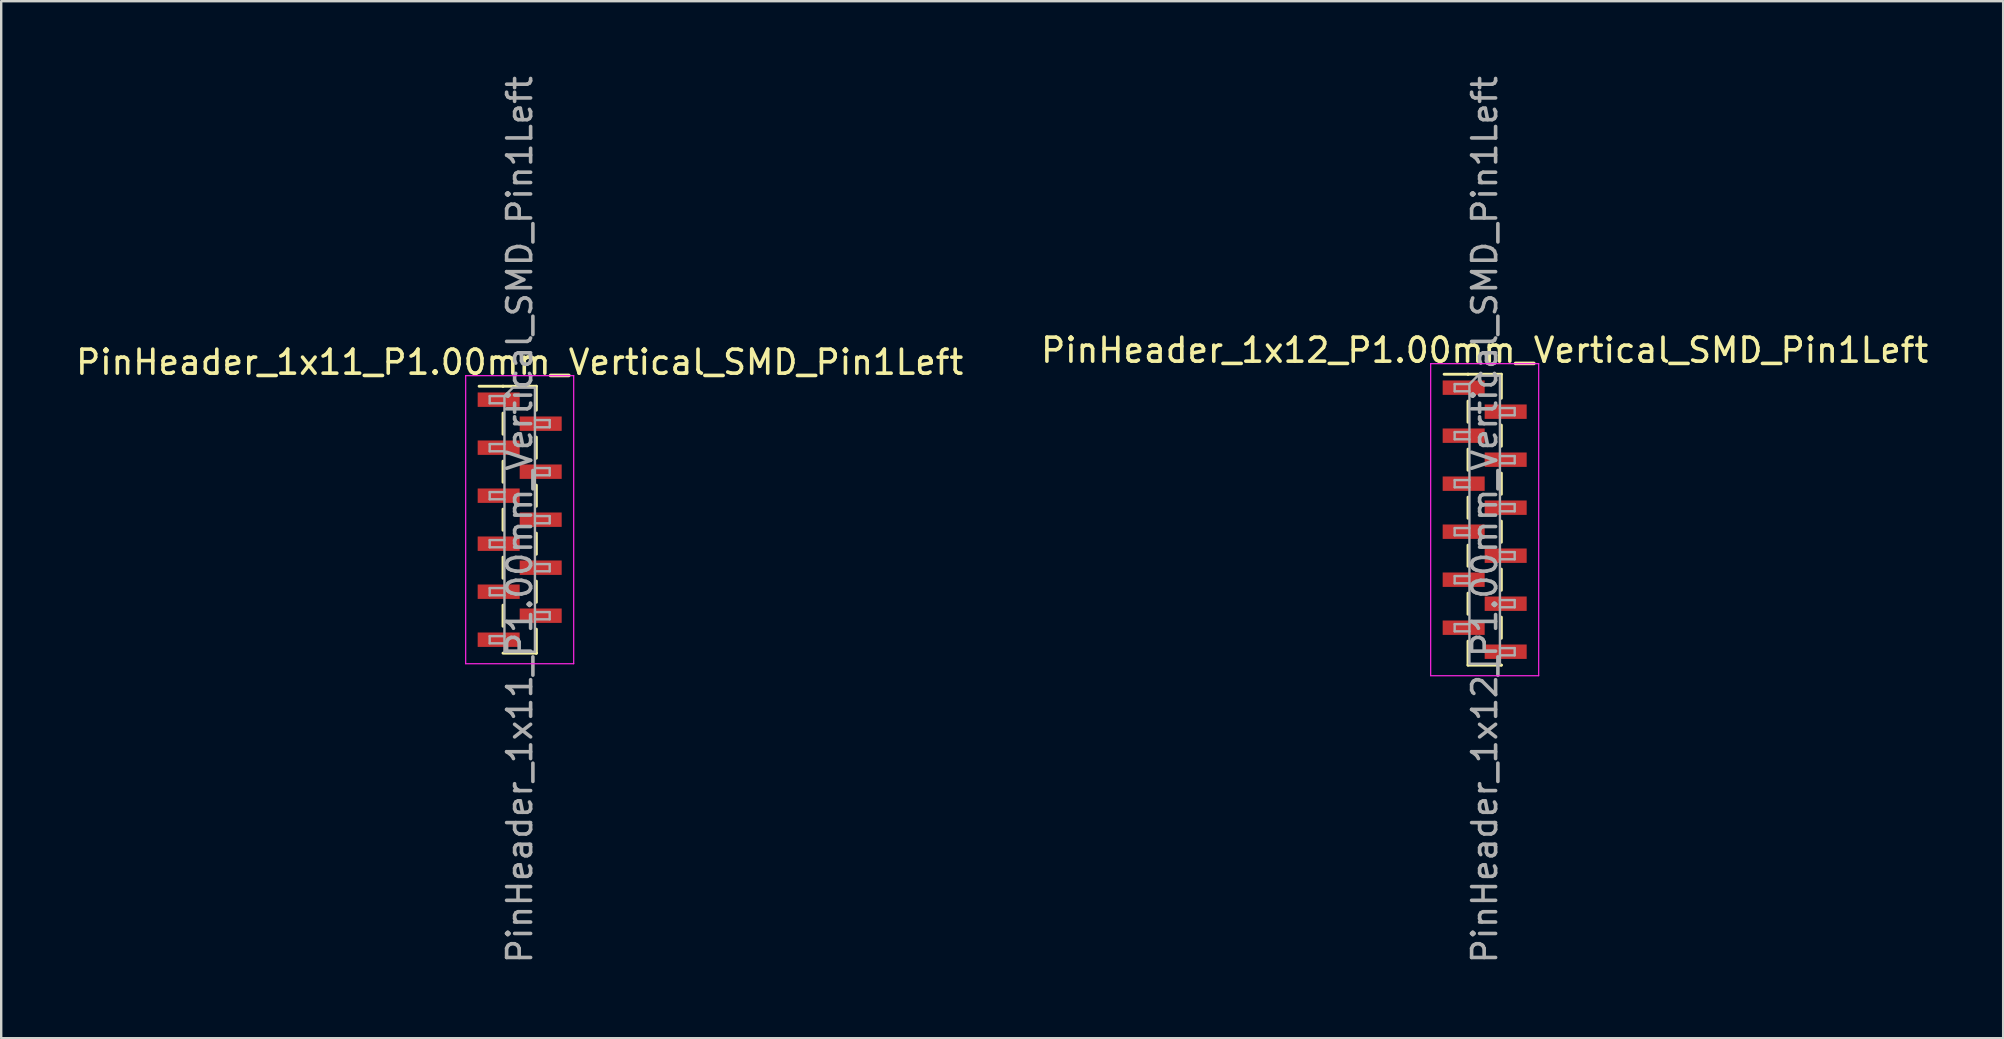
<source format=kicad_pcb>
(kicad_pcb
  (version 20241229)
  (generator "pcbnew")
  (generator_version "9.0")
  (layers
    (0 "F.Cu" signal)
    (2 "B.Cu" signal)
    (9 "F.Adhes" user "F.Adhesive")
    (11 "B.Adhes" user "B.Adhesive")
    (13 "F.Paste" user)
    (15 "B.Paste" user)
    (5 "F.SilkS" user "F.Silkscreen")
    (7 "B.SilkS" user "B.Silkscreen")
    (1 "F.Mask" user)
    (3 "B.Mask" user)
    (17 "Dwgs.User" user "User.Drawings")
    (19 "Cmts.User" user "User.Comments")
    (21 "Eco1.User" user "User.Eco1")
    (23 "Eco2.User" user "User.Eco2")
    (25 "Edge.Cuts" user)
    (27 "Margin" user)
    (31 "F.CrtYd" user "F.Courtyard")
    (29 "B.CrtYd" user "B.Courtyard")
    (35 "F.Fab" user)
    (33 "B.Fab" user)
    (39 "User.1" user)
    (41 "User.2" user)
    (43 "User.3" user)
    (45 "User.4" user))
  (footprint "PinHeader_1x11_P1.00mm_Vertical_SMD_Pin1Left"
    (layer "F.Cu")
    (at 18.601 18.601)
    (property "Reference" "PinHeader_1x11_P1.00mm_Vertical_SMD_Pin1Left" (at 0 -6.56 0) (layer "F.SilkS") (effects (font (size 1 1) (thickness 0.15))))
    (attr smd)
    (fp_line (start -0.695 -5.56) (end -1.69 -5.56) (stroke (width 0.12) (type solid)) (layer "F.SilkS"))
    (fp_line (start -0.695 -5.56) (end -0.695 -5.56) (stroke (width 0.12) (type solid)) (layer "F.SilkS"))
    (fp_line (start -0.695 -5.56) (end 0.695 -5.56) (stroke (width 0.12) (type solid)) (layer "F.SilkS"))
    (fp_line (start -0.695 -4.44) (end -0.695 -3.56) (stroke (width 0.12) (type solid)) (layer "F.SilkS"))
    (fp_line (start -0.695 -2.44) (end -0.695 -1.56) (stroke (width 0.12) (type solid)) (layer "F.SilkS"))
    (fp_line (start -0.695 -0.44) (end -0.695 0.44) (stroke (width 0.12) (type solid)) (layer "F.SilkS"))
    (fp_line (start -0.695 1.56) (end -0.695 2.44) (stroke (width 0.12) (type solid)) (layer "F.SilkS"))
    (fp_line (start -0.695 3.56) (end -0.695 4.44) (stroke (width 0.12) (type solid)) (layer "F.SilkS"))
    (fp_line (start -0.695 5.56) (end 0.695 5.56) (stroke (width 0.12) (type solid)) (layer "F.SilkS"))
    (fp_line (start 0.695 -5.56) (end 0.695 -4.56) (stroke (width 0.12) (type solid)) (layer "F.SilkS"))
    (fp_line (start 0.695 -3.44) (end 0.695 -2.56) (stroke (width 0.12) (type solid)) (layer "F.SilkS"))
    (fp_line (start 0.695 -1.44) (end 0.695 -0.56) (stroke (width 0.12) (type solid)) (layer "F.SilkS"))
    (fp_line (start 0.695 0.56) (end 0.695 1.44) (stroke (width 0.12) (type solid)) (layer "F.SilkS"))
    (fp_line (start 0.695 2.56) (end 0.695 3.44) (stroke (width 0.12) (type solid)) (layer "F.SilkS"))
    (fp_line (start 0.695 4.56) (end 0.695 5.56) (stroke (width 0.12) (type solid)) (layer "F.SilkS"))
    (fp_line (start 0.695 5.56) (end 0.695 5.56) (stroke (width 0.12) (type solid)) (layer "F.SilkS"))
    (fp_line (start -2.25 -6) (end -2.25 6) (stroke (width 0.05) (type solid)) (layer "F.CrtYd"))
    (fp_line (start -2.25 6) (end 2.25 6) (stroke (width 0.05) (type solid)) (layer "F.CrtYd"))
    (fp_line (start 2.25 -6) (end -2.25 -6) (stroke (width 0.05) (type solid)) (layer "F.CrtYd"))
    (fp_line (start 2.25 6) (end 2.25 -6) (stroke (width 0.05) (type solid)) (layer "F.CrtYd"))
    (fp_line (start -1.25 -5.15) (end -1.25 -4.85) (stroke (width 0.1) (type solid)) (layer "F.Fab"))
    (fp_line (start -1.25 -4.85) (end -0.635 -4.85) (stroke (width 0.1) (type solid)) (layer "F.Fab"))
    (fp_line (start -1.25 -3.15) (end -1.25 -2.85) (stroke (width 0.1) (type solid)) (layer "F.Fab"))
    (fp_line (start -1.25 -2.85) (end -0.635 -2.85) (stroke (width 0.1) (type solid)) (layer "F.Fab"))
    (fp_line (start -1.25 -1.15) (end -1.25 -0.85) (stroke (width 0.1) (type solid)) (layer "F.Fab"))
    (fp_line (start -1.25 -0.85) (end -0.635 -0.85) (stroke (width 0.1) (type solid)) (layer "F.Fab"))
    (fp_line (start -1.25 0.85) (end -1.25 1.15) (stroke (width 0.1) (type solid)) (layer "F.Fab"))
    (fp_line (start -1.25 1.15) (end -0.635 1.15) (stroke (width 0.1) (type solid)) (layer "F.Fab"))
    (fp_line (start -1.25 2.85) (end -1.25 3.15) (stroke (width 0.1) (type solid)) (layer "F.Fab"))
    (fp_line (start -1.25 3.15) (end -0.635 3.15) (stroke (width 0.1) (type solid)) (layer "F.Fab"))
    (fp_line (start -1.25 4.85) (end -1.25 5.15) (stroke (width 0.1) (type solid)) (layer "F.Fab"))
    (fp_line (start -1.25 5.15) (end -0.635 5.15) (stroke (width 0.1) (type solid)) (layer "F.Fab"))
    (fp_line (start -0.635 -5.15) (end -1.25 -5.15) (stroke (width 0.1) (type solid)) (layer "F.Fab"))
    (fp_line (start -0.635 -5.15) (end -0.285 -5.5) (stroke (width 0.1) (type solid)) (layer "F.Fab"))
    (fp_line (start -0.635 -3.15) (end -1.25 -3.15) (stroke (width 0.1) (type solid)) (layer "F.Fab"))
    (fp_line (start -0.635 -1.15) (end -1.25 -1.15) (stroke (width 0.1) (type solid)) (layer "F.Fab"))
    (fp_line (start -0.635 0.85) (end -1.25 0.85) (stroke (width 0.1) (type solid)) (layer "F.Fab"))
    (fp_line (start -0.635 2.85) (end -1.25 2.85) (stroke (width 0.1) (type solid)) (layer "F.Fab"))
    (fp_line (start -0.635 4.85) (end -1.25 4.85) (stroke (width 0.1) (type solid)) (layer "F.Fab"))
    (fp_line (start -0.635 5.5) (end -0.635 -5.15) (stroke (width 0.1) (type solid)) (layer "F.Fab"))
    (fp_line (start -0.285 -5.5) (end 0.635 -5.5) (stroke (width 0.1) (type solid)) (layer "F.Fab"))
    (fp_line (start 0.635 -5.5) (end 0.635 5.5) (stroke (width 0.1) (type solid)) (layer "F.Fab"))
    (fp_line (start 0.635 -4.15) (end 1.25 -4.15) (stroke (width 0.1) (type solid)) (layer "F.Fab"))
    (fp_line (start 0.635 -2.15) (end 1.25 -2.15) (stroke (width 0.1) (type solid)) (layer "F.Fab"))
    (fp_line (start 0.635 -0.15) (end 1.25 -0.15) (stroke (width 0.1) (type solid)) (layer "F.Fab"))
    (fp_line (start 0.635 1.85) (end 1.25 1.85) (stroke (width 0.1) (type solid)) (layer "F.Fab"))
    (fp_line (start 0.635 3.85) (end 1.25 3.85) (stroke (width 0.1) (type solid)) (layer "F.Fab"))
    (fp_line (start 0.635 5.5) (end -0.635 5.5) (stroke (width 0.1) (type solid)) (layer "F.Fab"))
    (fp_line (start 1.25 -4.15) (end 1.25 -3.85) (stroke (width 0.1) (type solid)) (layer "F.Fab"))
    (fp_line (start 1.25 -3.85) (end 0.635 -3.85) (stroke (width 0.1) (type solid)) (layer "F.Fab"))
    (fp_line (start 1.25 -2.15) (end 1.25 -1.85) (stroke (width 0.1) (type solid)) (layer "F.Fab"))
    (fp_line (start 1.25 -1.85) (end 0.635 -1.85) (stroke (width 0.1) (type solid)) (layer "F.Fab"))
    (fp_line (start 1.25 -0.15) (end 1.25 0.15) (stroke (width 0.1) (type solid)) (layer "F.Fab"))
    (fp_line (start 1.25 0.15) (end 0.635 0.15) (stroke (width 0.1) (type solid)) (layer "F.Fab"))
    (fp_line (start 1.25 1.85) (end 1.25 2.15) (stroke (width 0.1) (type solid)) (layer "F.Fab"))
    (fp_line (start 1.25 2.15) (end 0.635 2.15) (stroke (width 0.1) (type solid)) (layer "F.Fab"))
    (fp_line (start 1.25 3.85) (end 1.25 4.15) (stroke (width 0.1) (type solid)) (layer "F.Fab"))
    (fp_line (start 1.25 4.15) (end 0.635 4.15) (stroke (width 0.1) (type solid)) (layer "F.Fab"))
    (fp_text user "${REFERENCE}" (at 0 0 90) (layer "F.Fab") (effects (font (size 1 1) (thickness 0.15))))
    (pad "1" smd rect (at -0.875 -5) (size 1.75 0.6) (layers "F.Cu" "F.Mask" "F.Paste"))
    (pad "2" smd rect (at 0.875 -4) (size 1.75 0.6) (layers "F.Cu" "F.Mask" "F.Paste"))
    (pad "3" smd rect (at -0.875 -3) (size 1.75 0.6) (layers "F.Cu" "F.Mask" "F.Paste"))
    (pad "4" smd rect (at 0.875 -2) (size 1.75 0.6) (layers "F.Cu" "F.Mask" "F.Paste"))
    (pad "5" smd rect (at -0.875 -1) (size 1.75 0.6) (layers "F.Cu" "F.Mask" "F.Paste"))
    (pad "6" smd rect (at 0.875 0) (size 1.75 0.6) (layers "F.Cu" "F.Mask" "F.Paste"))
    (pad "7" smd rect (at -0.875 1) (size 1.75 0.6) (layers "F.Cu" "F.Mask" "F.Paste"))
    (pad "8" smd rect (at 0.875 2) (size 1.75 0.6) (layers "F.Cu" "F.Mask" "F.Paste"))
    (pad "9" smd rect (at -0.875 3) (size 1.75 0.6) (layers "F.Cu" "F.Mask" "F.Paste"))
    (pad "10" smd rect (at 0.875 4) (size 1.75 0.6) (layers "F.Cu" "F.Mask" "F.Paste"))
    (pad "11" smd rect (at -0.875 5) (size 1.75 0.6) (layers "F.Cu" "F.Mask" "F.Paste")))
  (footprint "PinHeader_1x12_P1.00mm_Vertical_SMD_Pin1Left"
    (layer "F.Cu")
    (at 58.804 18.601)
    (property "Reference" "PinHeader_1x12_P1.00mm_Vertical_SMD_Pin1Left" (at 0 -7.06 0) (layer "F.SilkS") (effects (font (size 1 1) (thickness 0.15))))
    (attr smd)
    (fp_line (start -0.695 -6.06) (end -1.69 -6.06) (stroke (width 0.12) (type solid)) (layer "F.SilkS"))
    (fp_line (start -0.695 -6.06) (end -0.695 -6.06) (stroke (width 0.12) (type solid)) (layer "F.SilkS"))
    (fp_line (start -0.695 -6.06) (end 0.695 -6.06) (stroke (width 0.12) (type solid)) (layer "F.SilkS"))
    (fp_line (start -0.695 -4.94) (end -0.695 -4.06) (stroke (width 0.12) (type solid)) (layer "F.SilkS"))
    (fp_line (start -0.695 -2.94) (end -0.695 -2.06) (stroke (width 0.12) (type solid)) (layer "F.SilkS"))
    (fp_line (start -0.695 -0.94) (end -0.695 -0.06) (stroke (width 0.12) (type solid)) (layer "F.SilkS"))
    (fp_line (start -0.695 1.06) (end -0.695 1.94) (stroke (width 0.12) (type solid)) (layer "F.SilkS"))
    (fp_line (start -0.695 3.06) (end -0.695 3.94) (stroke (width 0.12) (type solid)) (layer "F.SilkS"))
    (fp_line (start -0.695 5.06) (end -0.695 6.06) (stroke (width 0.12) (type solid)) (layer "F.SilkS"))
    (fp_line (start -0.695 6.06) (end 0.695 6.06) (stroke (width 0.12) (type solid)) (layer "F.SilkS"))
    (fp_line (start 0.695 -6.06) (end 0.695 -5.06) (stroke (width 0.12) (type solid)) (layer "F.SilkS"))
    (fp_line (start 0.695 -3.94) (end 0.695 -3.06) (stroke (width 0.12) (type solid)) (layer "F.SilkS"))
    (fp_line (start 0.695 -1.94) (end 0.695 -1.06) (stroke (width 0.12) (type solid)) (layer "F.SilkS"))
    (fp_line (start 0.695 0.06) (end 0.695 0.94) (stroke (width 0.12) (type solid)) (layer "F.SilkS"))
    (fp_line (start 0.695 2.06) (end 0.695 2.94) (stroke (width 0.12) (type solid)) (layer "F.SilkS"))
    (fp_line (start 0.695 4.06) (end 0.695 4.94) (stroke (width 0.12) (type solid)) (layer "F.SilkS"))
    (fp_line (start 0.695 6.06) (end 0.695 6.06) (stroke (width 0.12) (type solid)) (layer "F.SilkS"))
    (fp_line (start -2.25 -6.5) (end -2.25 6.5) (stroke (width 0.05) (type solid)) (layer "F.CrtYd"))
    (fp_line (start -2.25 6.5) (end 2.25 6.5) (stroke (width 0.05) (type solid)) (layer "F.CrtYd"))
    (fp_line (start 2.25 -6.5) (end -2.25 -6.5) (stroke (width 0.05) (type solid)) (layer "F.CrtYd"))
    (fp_line (start 2.25 6.5) (end 2.25 -6.5) (stroke (width 0.05) (type solid)) (layer "F.CrtYd"))
    (fp_line (start -1.25 -5.65) (end -1.25 -5.35) (stroke (width 0.1) (type solid)) (layer "F.Fab"))
    (fp_line (start -1.25 -5.35) (end -0.635 -5.35) (stroke (width 0.1) (type solid)) (layer "F.Fab"))
    (fp_line (start -1.25 -3.65) (end -1.25 -3.35) (stroke (width 0.1) (type solid)) (layer "F.Fab"))
    (fp_line (start -1.25 -3.35) (end -0.635 -3.35) (stroke (width 0.1) (type solid)) (layer "F.Fab"))
    (fp_line (start -1.25 -1.65) (end -1.25 -1.35) (stroke (width 0.1) (type solid)) (layer "F.Fab"))
    (fp_line (start -1.25 -1.35) (end -0.635 -1.35) (stroke (width 0.1) (type solid)) (layer "F.Fab"))
    (fp_line (start -1.25 0.35) (end -1.25 0.65) (stroke (width 0.1) (type solid)) (layer "F.Fab"))
    (fp_line (start -1.25 0.65) (end -0.635 0.65) (stroke (width 0.1) (type solid)) (layer "F.Fab"))
    (fp_line (start -1.25 2.35) (end -1.25 2.65) (stroke (width 0.1) (type solid)) (layer "F.Fab"))
    (fp_line (start -1.25 2.65) (end -0.635 2.65) (stroke (width 0.1) (type solid)) (layer "F.Fab"))
    (fp_line (start -1.25 4.35) (end -1.25 4.65) (stroke (width 0.1) (type solid)) (layer "F.Fab"))
    (fp_line (start -1.25 4.65) (end -0.635 4.65) (stroke (width 0.1) (type solid)) (layer "F.Fab"))
    (fp_line (start -0.635 -5.65) (end -1.25 -5.65) (stroke (width 0.1) (type solid)) (layer "F.Fab"))
    (fp_line (start -0.635 -5.65) (end -0.285 -6) (stroke (width 0.1) (type solid)) (layer "F.Fab"))
    (fp_line (start -0.635 -3.65) (end -1.25 -3.65) (stroke (width 0.1) (type solid)) (layer "F.Fab"))
    (fp_line (start -0.635 -1.65) (end -1.25 -1.65) (stroke (width 0.1) (type solid)) (layer "F.Fab"))
    (fp_line (start -0.635 0.35) (end -1.25 0.35) (stroke (width 0.1) (type solid)) (layer "F.Fab"))
    (fp_line (start -0.635 2.35) (end -1.25 2.35) (stroke (width 0.1) (type solid)) (layer "F.Fab"))
    (fp_line (start -0.635 4.35) (end -1.25 4.35) (stroke (width 0.1) (type solid)) (layer "F.Fab"))
    (fp_line (start -0.635 6) (end -0.635 -5.65) (stroke (width 0.1) (type solid)) (layer "F.Fab"))
    (fp_line (start -0.285 -6) (end 0.635 -6) (stroke (width 0.1) (type solid)) (layer "F.Fab"))
    (fp_line (start 0.635 -6) (end 0.635 6) (stroke (width 0.1) (type solid)) (layer "F.Fab"))
    (fp_line (start 0.635 -4.65) (end 1.25 -4.65) (stroke (width 0.1) (type solid)) (layer "F.Fab"))
    (fp_line (start 0.635 -2.65) (end 1.25 -2.65) (stroke (width 0.1) (type solid)) (layer "F.Fab"))
    (fp_line (start 0.635 -0.65) (end 1.25 -0.65) (stroke (width 0.1) (type solid)) (layer "F.Fab"))
    (fp_line (start 0.635 1.35) (end 1.25 1.35) (stroke (width 0.1) (type solid)) (layer "F.Fab"))
    (fp_line (start 0.635 3.35) (end 1.25 3.35) (stroke (width 0.1) (type solid)) (layer "F.Fab"))
    (fp_line (start 0.635 5.35) (end 1.25 5.35) (stroke (width 0.1) (type solid)) (layer "F.Fab"))
    (fp_line (start 0.635 6) (end -0.635 6) (stroke (width 0.1) (type solid)) (layer "F.Fab"))
    (fp_line (start 1.25 -4.65) (end 1.25 -4.35) (stroke (width 0.1) (type solid)) (layer "F.Fab"))
    (fp_line (start 1.25 -4.35) (end 0.635 -4.35) (stroke (width 0.1) (type solid)) (layer "F.Fab"))
    (fp_line (start 1.25 -2.65) (end 1.25 -2.35) (stroke (width 0.1) (type solid)) (layer "F.Fab"))
    (fp_line (start 1.25 -2.35) (end 0.635 -2.35) (stroke (width 0.1) (type solid)) (layer "F.Fab"))
    (fp_line (start 1.25 -0.65) (end 1.25 -0.35) (stroke (width 0.1) (type solid)) (layer "F.Fab"))
    (fp_line (start 1.25 -0.35) (end 0.635 -0.35) (stroke (width 0.1) (type solid)) (layer "F.Fab"))
    (fp_line (start 1.25 1.35) (end 1.25 1.65) (stroke (width 0.1) (type solid)) (layer "F.Fab"))
    (fp_line (start 1.25 1.65) (end 0.635 1.65) (stroke (width 0.1) (type solid)) (layer "F.Fab"))
    (fp_line (start 1.25 3.35) (end 1.25 3.65) (stroke (width 0.1) (type solid)) (layer "F.Fab"))
    (fp_line (start 1.25 3.65) (end 0.635 3.65) (stroke (width 0.1) (type solid)) (layer "F.Fab"))
    (fp_line (start 1.25 5.35) (end 1.25 5.65) (stroke (width 0.1) (type solid)) (layer "F.Fab"))
    (fp_line (start 1.25 5.65) (end 0.635 5.65) (stroke (width 0.1) (type solid)) (layer "F.Fab"))
    (fp_text user "${REFERENCE}" (at 0 0 90) (layer "F.Fab") (effects (font (size 1 1) (thickness 0.15))))
    (pad "1" smd rect (at -0.875 -5.5) (size 1.75 0.6) (layers "F.Cu" "F.Mask" "F.Paste"))
    (pad "2" smd rect (at 0.875 -4.5) (size 1.75 0.6) (layers "F.Cu" "F.Mask" "F.Paste"))
    (pad "3" smd rect (at -0.875 -3.5) (size 1.75 0.6) (layers "F.Cu" "F.Mask" "F.Paste"))
    (pad "4" smd rect (at 0.875 -2.5) (size 1.75 0.6) (layers "F.Cu" "F.Mask" "F.Paste"))
    (pad "5" smd rect (at -0.875 -1.5) (size 1.75 0.6) (layers "F.Cu" "F.Mask" "F.Paste"))
    (pad "6" smd rect (at 0.875 -0.5) (size 1.75 0.6) (layers "F.Cu" "F.Mask" "F.Paste"))
    (pad "7" smd rect (at -0.875 0.5) (size 1.75 0.6) (layers "F.Cu" "F.Mask" "F.Paste"))
    (pad "8" smd rect (at 0.875 1.5) (size 1.75 0.6) (layers "F.Cu" "F.Mask" "F.Paste"))
    (pad "9" smd rect (at -0.875 2.5) (size 1.75 0.6) (layers "F.Cu" "F.Mask" "F.Paste"))
    (pad "10" smd rect (at 0.875 3.5) (size 1.75 0.6) (layers "F.Cu" "F.Mask" "F.Paste"))
    (pad "11" smd rect (at -0.875 4.5) (size 1.75 0.6) (layers "F.Cu" "F.Mask" "F.Paste"))
    (pad "12" smd rect (at 0.875 5.5) (size 1.75 0.6) (layers "F.Cu" "F.Mask" "F.Paste")))
  (gr_rect
    (start -3 -3)
    (end 80.405 40.202)
    (stroke (width 0.1) (type default))
    (fill no)
    (layer "Edge.Cuts")))
</source>
